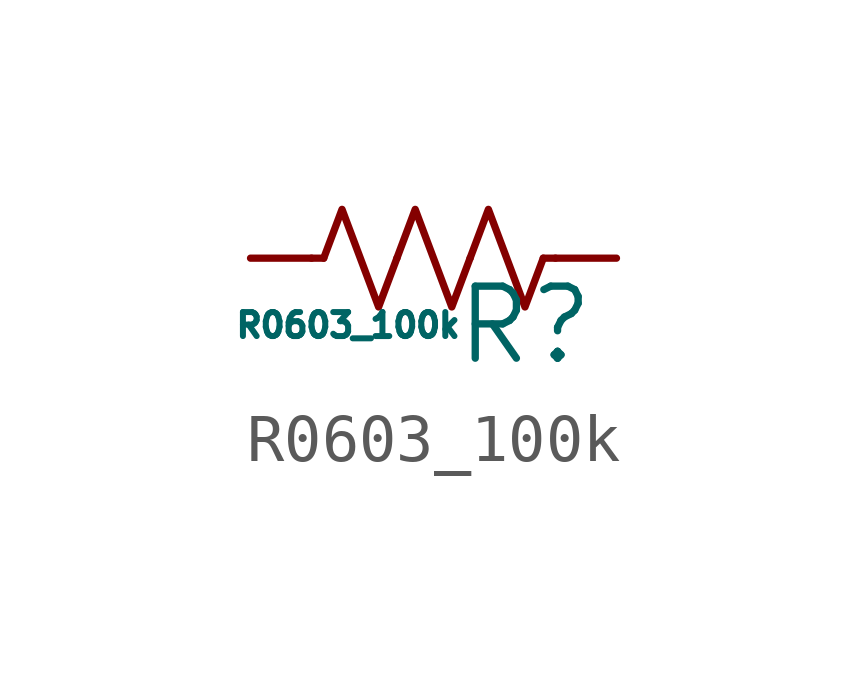
<source format=kicad_sym>
(kicad_symbol_lib
  (version 20211014)
  (generator kicad_symbol_editor)
  (symbol "R0603_100k"
    (pin_numbers hide)
    (pin_names
      (offset 0))
    (property "Reference" "R"
      (at 1.905 -1.397 0)
      (effects (font (size 1.5 1.5))))
    (property "Value" "R0603_100k"
      (at -1.778 -1.397 0)
      (effects (font (size 0.5 0.5))))
    (symbol "R0603_100k_0_1"
      (polyline (pts (xy -2.286 0) (xy -2.54 0)) (stroke (width 0) (type default) (color 0 0 0 0)) (fill (type none)))
      (polyline (pts (xy 2.286 0) (xy 2.54 0)) (stroke (width 0) (type default) (color 0 0 0 0)) (fill (type none)))
      (polyline (pts (xy -2.286 0) (xy -1.905 1.016) (xy -1.524 0) (xy -1.143 -1.016) (xy -0.762 0)) (stroke (width 0) (type default) (color 0 0 0 0)) (fill (type none)))
      (polyline (pts (xy -0.762 0) (xy -0.381 1.016) (xy 0 0) (xy 0.381 -1.016) (xy 0.762 0)) (stroke (width 0) (type default) (color 0 0 0 0)) (fill (type none)))
      (polyline (pts (xy 0.762 0) (xy 1.143 1.016) (xy 1.524 0) (xy 1.905 -1.016) (xy 2.286 0)) (stroke (width 0) (type default) (color 0 0 0 0)) (fill (type none))))
    (symbol "R0603_100k_1_1"
      (pin passive line (at -3.81 0 0) (length 1.27) (name "~" (effects (font (size 1.27 1.27)))) (number "1" (effects (font (size 1.27 1.27)))))
      (pin passive line (at 3.81 0 180) (length 1.27) (name "~" (effects (font (size 1.27 1.27)))) (number "2" (effects (font (size 1.27 1.27))))))))
</source>
